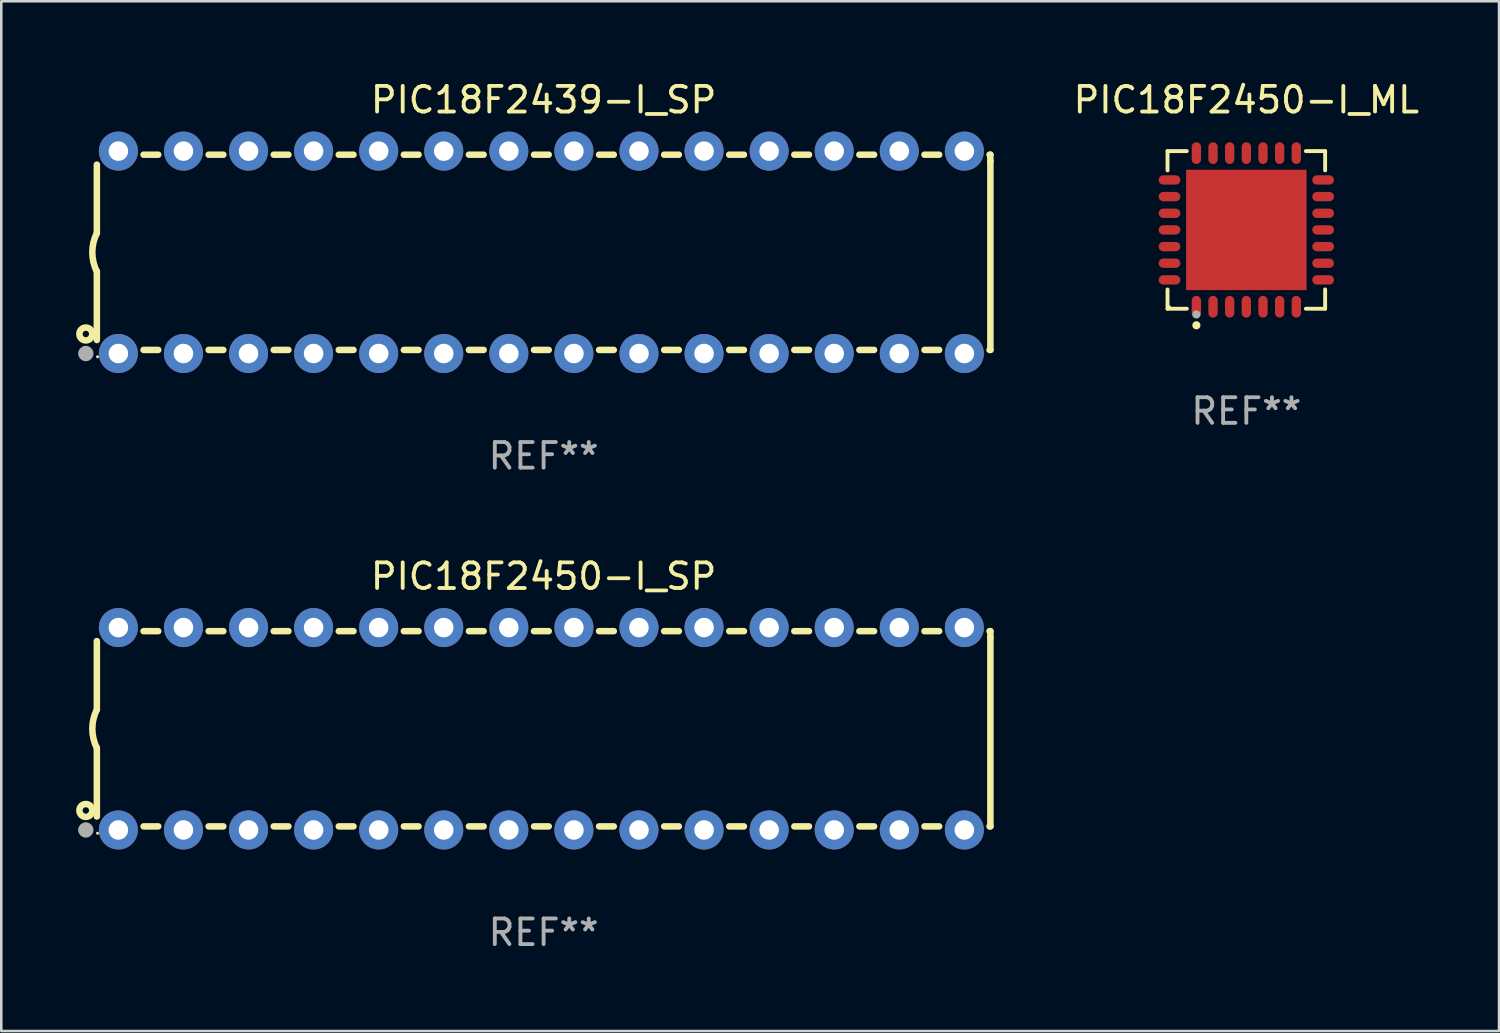
<source format=kicad_pcb>
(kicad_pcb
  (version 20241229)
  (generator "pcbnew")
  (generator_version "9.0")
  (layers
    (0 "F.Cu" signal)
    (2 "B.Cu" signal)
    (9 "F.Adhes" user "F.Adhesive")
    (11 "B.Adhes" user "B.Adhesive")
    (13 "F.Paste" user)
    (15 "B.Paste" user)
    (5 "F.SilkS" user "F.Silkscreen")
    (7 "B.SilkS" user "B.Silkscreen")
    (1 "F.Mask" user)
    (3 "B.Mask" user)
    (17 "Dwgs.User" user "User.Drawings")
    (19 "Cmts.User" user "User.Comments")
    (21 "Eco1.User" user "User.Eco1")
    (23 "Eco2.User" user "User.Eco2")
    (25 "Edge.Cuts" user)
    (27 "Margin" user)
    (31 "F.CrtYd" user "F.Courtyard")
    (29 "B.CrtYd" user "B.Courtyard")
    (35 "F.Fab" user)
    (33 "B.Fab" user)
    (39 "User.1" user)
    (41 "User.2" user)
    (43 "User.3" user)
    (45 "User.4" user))
  (footprint "PIC18F2439-I_SP"
    (layer "F.Cu")
    (at 18.168 6.798)
    (property "Reference" "PIC18F2439-I_SP" (at 0 -5.95 0) (layer "F.SilkS") (effects (font (size 1 1) (thickness 0.15))))
    (attr through_hole)
    (fp_line (start -17.438 0.75) (end -17.438 3.423) (stroke (width 0.254) (type solid)) (layer "F.SilkS"))
    (fp_line (start -17.438 -3.423) (end -17.438 -0.75) (stroke (width 0.254) (type solid)) (layer "F.SilkS"))
    (fp_line (start -15.615 3.81) (end -15.041 3.81) (stroke (width 0.254) (type solid)) (layer "F.SilkS"))
    (fp_line (start -15.041 -3.81) (end -15.614 -3.81) (stroke (width 0.254) (type solid)) (layer "F.SilkS"))
    (fp_line (start -13.075 3.81) (end -12.501 3.81) (stroke (width 0.254) (type solid)) (layer "F.SilkS"))
    (fp_line (start -12.501 -3.81) (end -13.074 -3.81) (stroke (width 0.254) (type solid)) (layer "F.SilkS"))
    (fp_line (start -10.535 3.81) (end -9.961 3.81) (stroke (width 0.254) (type solid)) (layer "F.SilkS"))
    (fp_line (start -9.961 -3.81) (end -10.534 -3.81) (stroke (width 0.254) (type solid)) (layer "F.SilkS"))
    (fp_line (start -7.995 3.81) (end -7.421 3.81) (stroke (width 0.254) (type solid)) (layer "F.SilkS"))
    (fp_line (start -7.421 -3.81) (end -7.995 -3.81) (stroke (width 0.254) (type solid)) (layer "F.SilkS"))
    (fp_line (start -5.455 3.81) (end -4.881 3.81) (stroke (width 0.254) (type solid)) (layer "F.SilkS"))
    (fp_line (start -4.881 -3.81) (end -5.455 -3.81) (stroke (width 0.254) (type solid)) (layer "F.SilkS"))
    (fp_line (start -2.915 3.81) (end -2.341 3.81) (stroke (width 0.254) (type solid)) (layer "F.SilkS"))
    (fp_line (start -2.341 -3.81) (end -2.915 -3.81) (stroke (width 0.254) (type solid)) (layer "F.SilkS"))
    (fp_line (start -0.375 3.81) (end 0.199 3.81) (stroke (width 0.254) (type solid)) (layer "F.SilkS"))
    (fp_line (start 0.199 -3.81) (end -0.375 -3.81) (stroke (width 0.254) (type solid)) (layer "F.SilkS"))
    (fp_line (start 2.165 3.81) (end 2.739 3.81) (stroke (width 0.254) (type solid)) (layer "F.SilkS"))
    (fp_line (start 2.739 -3.81) (end 2.165 -3.81) (stroke (width 0.254) (type solid)) (layer "F.SilkS"))
    (fp_line (start 4.705 3.81) (end 5.279 3.81) (stroke (width 0.254) (type solid)) (layer "F.SilkS"))
    (fp_line (start 5.279 -3.81) (end 4.705 -3.81) (stroke (width 0.254) (type solid)) (layer "F.SilkS"))
    (fp_line (start 7.245 3.81) (end 7.819 3.81) (stroke (width 0.254) (type solid)) (layer "F.SilkS"))
    (fp_line (start 7.819 -3.81) (end 7.245 -3.81) (stroke (width 0.254) (type solid)) (layer "F.SilkS"))
    (fp_line (start 9.785 3.81) (end 10.359 3.81) (stroke (width 0.254) (type solid)) (layer "F.SilkS"))
    (fp_line (start 10.359 -3.81) (end 9.785 -3.81) (stroke (width 0.254) (type solid)) (layer "F.SilkS"))
    (fp_line (start 12.325 3.81) (end 12.899 3.81) (stroke (width 0.254) (type solid)) (layer "F.SilkS"))
    (fp_line (start 12.899 -3.81) (end 12.325 -3.81) (stroke (width 0.254) (type solid)) (layer "F.SilkS"))
    (fp_line (start 14.865 3.81) (end 15.439 3.81) (stroke (width 0.254) (type solid)) (layer "F.SilkS"))
    (fp_line (start 15.439 -3.81) (end 14.865 -3.81) (stroke (width 0.254) (type solid)) (layer "F.SilkS"))
    (fp_line (start 17.405 3.81) (end 17.438 3.81) (stroke (width 0.254) (type solid)) (layer "F.SilkS"))
    (fp_line (start 17.438 -3.81) (end 17.405 -3.81) (stroke (width 0.254) (type solid)) (layer "F.SilkS"))
    (fp_line (start 17.438 -3.556) (end 17.438 -3.81) (stroke (width 0.254) (type solid)) (layer "F.SilkS"))
    (fp_line (start 17.438 3.81) (end 17.438 -3.556) (stroke (width 0.254) (type solid)) (layer "F.SilkS"))
    (fp_arc (start -17.437986 0.749657) (mid -17.614887 -0.000024) (end -17.437783 -0.749657) (stroke (width 0.254001) (type solid)) (layer "F.SilkS"))
    (fp_circle (center -17.868 3.188) (end -17.743 3.188) (stroke (width 0.254) (type solid)) (fill no) (layer "F.SilkS"))
    (fp_circle (center -17.411 4.077) (end -17.381 4.077) (stroke (width 0.06) (type solid)) (fill no) (layer "F.SilkS"))
    (fp_circle (center -17.868 3.95) (end -17.718 3.95) (stroke (width 0.3) (type solid)) (fill no) (layer "F.Fab"))
    (fp_text user "REF**" (at 0 7.95 0) (layer "F.Fab") (effects (font (size 1 1) (thickness 0.15))))
    (pad "1" thru_hole circle (at -16.598 3.95) (size 1.524 1.524) (drill 0.762) (layers "*.Cu" "*.Mask"))
    (pad "2" thru_hole circle (at -14.058 3.95) (size 1.524 1.524) (drill 0.762) (layers "*.Cu" "*.Mask"))
    (pad "3" thru_hole circle (at -11.518 3.95) (size 1.524 1.524) (drill 0.762) (layers "*.Cu" "*.Mask"))
    (pad "4" thru_hole circle (at -8.978 3.95) (size 1.524 1.524) (drill 0.762) (layers "*.Cu" "*.Mask"))
    (pad "5" thru_hole circle (at -6.438 3.95) (size 1.524 1.524) (drill 0.762) (layers "*.Cu" "*.Mask"))
    (pad "6" thru_hole circle (at -3.898 3.95) (size 1.524 1.524) (drill 0.762) (layers "*.Cu" "*.Mask"))
    (pad "7" thru_hole circle (at -1.358 3.95) (size 1.524 1.524) (drill 0.762) (layers "*.Cu" "*.Mask"))
    (pad "8" thru_hole circle (at 1.182 3.95) (size 1.524 1.524) (drill 0.762) (layers "*.Cu" "*.Mask"))
    (pad "9" thru_hole circle (at 3.722 3.95) (size 1.524 1.524) (drill 0.762) (layers "*.Cu" "*.Mask"))
    (pad "10" thru_hole circle (at 6.262 3.95) (size 1.524 1.524) (drill 0.762) (layers "*.Cu" "*.Mask"))
    (pad "11" thru_hole circle (at 8.802 3.95) (size 1.524 1.524) (drill 0.762) (layers "*.Cu" "*.Mask"))
    (pad "12" thru_hole circle (at 11.342 3.95) (size 1.524 1.524) (drill 0.762) (layers "*.Cu" "*.Mask"))
    (pad "13" thru_hole circle (at 13.882 3.95) (size 1.524 1.524) (drill 0.762) (layers "*.Cu" "*.Mask"))
    (pad "14" thru_hole circle (at 16.422 3.95) (size 1.524 1.524) (drill 0.762) (layers "*.Cu" "*.Mask"))
    (pad "15" thru_hole circle (at 16.422 -3.95) (size 1.524 1.524) (drill 0.762) (layers "*.Cu" "*.Mask"))
    (pad "16" thru_hole circle (at 13.882 -3.95) (size 1.524 1.524) (drill 0.762) (layers "*.Cu" "*.Mask"))
    (pad "17" thru_hole circle (at 11.342 -3.95) (size 1.524 1.524) (drill 0.762) (layers "*.Cu" "*.Mask"))
    (pad "18" thru_hole circle (at 8.802 -3.95) (size 1.524 1.524) (drill 0.762) (layers "*.Cu" "*.Mask"))
    (pad "19" thru_hole circle (at 6.262 -3.95) (size 1.524 1.524) (drill 0.762) (layers "*.Cu" "*.Mask"))
    (pad "20" thru_hole circle (at 3.722 -3.95) (size 1.524 1.524) (drill 0.762) (layers "*.Cu" "*.Mask"))
    (pad "21" thru_hole circle (at 1.182 -3.95) (size 1.524 1.524) (drill 0.762) (layers "*.Cu" "*.Mask"))
    (pad "22" thru_hole circle (at -1.358 -3.95) (size 1.524 1.524) (drill 0.762) (layers "*.Cu" "*.Mask"))
    (pad "23" thru_hole circle (at -3.898 -3.95) (size 1.524 1.524) (drill 0.762) (layers "*.Cu" "*.Mask"))
    (pad "24" thru_hole circle (at -6.438 -3.95) (size 1.524 1.524) (drill 0.762) (layers "*.Cu" "*.Mask"))
    (pad "25" thru_hole circle (at -8.978 -3.95) (size 1.524 1.524) (drill 0.762) (layers "*.Cu" "*.Mask"))
    (pad "26" thru_hole circle (at -11.517 -3.95) (size 1.524 1.524) (drill 0.762) (layers "*.Cu" "*.Mask"))
    (pad "27" thru_hole circle (at -14.057 -3.95) (size 1.524 1.524) (drill 0.762) (layers "*.Cu" "*.Mask"))
    (pad "28" thru_hole circle (at -16.597 -3.95) (size 1.524 1.524) (drill 0.762) (layers "*.Cu" "*.Mask")))
  (footprint "PIC18F2450-I_SP"
    (layer "F.Cu")
    (at 18.168 25.395)
    (property "Reference" "PIC18F2450-I_SP" (at 0 -5.95 0) (layer "F.SilkS") (effects (font (size 1 1) (thickness 0.15))))
    (attr through_hole)
    (fp_line (start -17.438 0.75) (end -17.438 3.423) (stroke (width 0.254) (type solid)) (layer "F.SilkS"))
    (fp_line (start -17.438 -3.423) (end -17.438 -0.75) (stroke (width 0.254) (type solid)) (layer "F.SilkS"))
    (fp_line (start -15.615 3.81) (end -15.041 3.81) (stroke (width 0.254) (type solid)) (layer "F.SilkS"))
    (fp_line (start -15.041 -3.81) (end -15.614 -3.81) (stroke (width 0.254) (type solid)) (layer "F.SilkS"))
    (fp_line (start -13.075 3.81) (end -12.501 3.81) (stroke (width 0.254) (type solid)) (layer "F.SilkS"))
    (fp_line (start -12.501 -3.81) (end -13.074 -3.81) (stroke (width 0.254) (type solid)) (layer "F.SilkS"))
    (fp_line (start -10.535 3.81) (end -9.961 3.81) (stroke (width 0.254) (type solid)) (layer "F.SilkS"))
    (fp_line (start -9.961 -3.81) (end -10.534 -3.81) (stroke (width 0.254) (type solid)) (layer "F.SilkS"))
    (fp_line (start -7.995 3.81) (end -7.421 3.81) (stroke (width 0.254) (type solid)) (layer "F.SilkS"))
    (fp_line (start -7.421 -3.81) (end -7.995 -3.81) (stroke (width 0.254) (type solid)) (layer "F.SilkS"))
    (fp_line (start -5.455 3.81) (end -4.881 3.81) (stroke (width 0.254) (type solid)) (layer "F.SilkS"))
    (fp_line (start -4.881 -3.81) (end -5.455 -3.81) (stroke (width 0.254) (type solid)) (layer "F.SilkS"))
    (fp_line (start -2.915 3.81) (end -2.341 3.81) (stroke (width 0.254) (type solid)) (layer "F.SilkS"))
    (fp_line (start -2.341 -3.81) (end -2.915 -3.81) (stroke (width 0.254) (type solid)) (layer "F.SilkS"))
    (fp_line (start -0.375 3.81) (end 0.199 3.81) (stroke (width 0.254) (type solid)) (layer "F.SilkS"))
    (fp_line (start 0.199 -3.81) (end -0.375 -3.81) (stroke (width 0.254) (type solid)) (layer "F.SilkS"))
    (fp_line (start 2.165 3.81) (end 2.739 3.81) (stroke (width 0.254) (type solid)) (layer "F.SilkS"))
    (fp_line (start 2.739 -3.81) (end 2.165 -3.81) (stroke (width 0.254) (type solid)) (layer "F.SilkS"))
    (fp_line (start 4.705 3.81) (end 5.279 3.81) (stroke (width 0.254) (type solid)) (layer "F.SilkS"))
    (fp_line (start 5.279 -3.81) (end 4.705 -3.81) (stroke (width 0.254) (type solid)) (layer "F.SilkS"))
    (fp_line (start 7.245 3.81) (end 7.819 3.81) (stroke (width 0.254) (type solid)) (layer "F.SilkS"))
    (fp_line (start 7.819 -3.81) (end 7.245 -3.81) (stroke (width 0.254) (type solid)) (layer "F.SilkS"))
    (fp_line (start 9.785 3.81) (end 10.359 3.81) (stroke (width 0.254) (type solid)) (layer "F.SilkS"))
    (fp_line (start 10.359 -3.81) (end 9.785 -3.81) (stroke (width 0.254) (type solid)) (layer "F.SilkS"))
    (fp_line (start 12.325 3.81) (end 12.899 3.81) (stroke (width 0.254) (type solid)) (layer "F.SilkS"))
    (fp_line (start 12.899 -3.81) (end 12.325 -3.81) (stroke (width 0.254) (type solid)) (layer "F.SilkS"))
    (fp_line (start 14.865 3.81) (end 15.439 3.81) (stroke (width 0.254) (type solid)) (layer "F.SilkS"))
    (fp_line (start 15.439 -3.81) (end 14.865 -3.81) (stroke (width 0.254) (type solid)) (layer "F.SilkS"))
    (fp_line (start 17.405 3.81) (end 17.438 3.81) (stroke (width 0.254) (type solid)) (layer "F.SilkS"))
    (fp_line (start 17.438 -3.81) (end 17.405 -3.81) (stroke (width 0.254) (type solid)) (layer "F.SilkS"))
    (fp_line (start 17.438 -3.556) (end 17.438 -3.81) (stroke (width 0.254) (type solid)) (layer "F.SilkS"))
    (fp_line (start 17.438 3.81) (end 17.438 -3.556) (stroke (width 0.254) (type solid)) (layer "F.SilkS"))
    (fp_arc (start -17.437986 0.749657) (mid -17.614887 -0.000024) (end -17.437783 -0.749657) (stroke (width 0.254001) (type solid)) (layer "F.SilkS"))
    (fp_circle (center -17.868 3.188) (end -17.743 3.188) (stroke (width 0.254) (type solid)) (fill no) (layer "F.SilkS"))
    (fp_circle (center -17.411 4.077) (end -17.381 4.077) (stroke (width 0.06) (type solid)) (fill no) (layer "F.SilkS"))
    (fp_circle (center -17.868 3.95) (end -17.718 3.95) (stroke (width 0.3) (type solid)) (fill no) (layer "F.Fab"))
    (fp_text user "REF**" (at 0 7.95 0) (layer "F.Fab") (effects (font (size 1 1) (thickness 0.15))))
    (pad "1" thru_hole circle (at -16.598 3.95) (size 1.524 1.524) (drill 0.762) (layers "*.Cu" "*.Mask"))
    (pad "2" thru_hole circle (at -14.058 3.95) (size 1.524 1.524) (drill 0.762) (layers "*.Cu" "*.Mask"))
    (pad "3" thru_hole circle (at -11.518 3.95) (size 1.524 1.524) (drill 0.762) (layers "*.Cu" "*.Mask"))
    (pad "4" thru_hole circle (at -8.978 3.95) (size 1.524 1.524) (drill 0.762) (layers "*.Cu" "*.Mask"))
    (pad "5" thru_hole circle (at -6.438 3.95) (size 1.524 1.524) (drill 0.762) (layers "*.Cu" "*.Mask"))
    (pad "6" thru_hole circle (at -3.898 3.95) (size 1.524 1.524) (drill 0.762) (layers "*.Cu" "*.Mask"))
    (pad "7" thru_hole circle (at -1.358 3.95) (size 1.524 1.524) (drill 0.762) (layers "*.Cu" "*.Mask"))
    (pad "8" thru_hole circle (at 1.182 3.95) (size 1.524 1.524) (drill 0.762) (layers "*.Cu" "*.Mask"))
    (pad "9" thru_hole circle (at 3.722 3.95) (size 1.524 1.524) (drill 0.762) (layers "*.Cu" "*.Mask"))
    (pad "10" thru_hole circle (at 6.262 3.95) (size 1.524 1.524) (drill 0.762) (layers "*.Cu" "*.Mask"))
    (pad "11" thru_hole circle (at 8.802 3.95) (size 1.524 1.524) (drill 0.762) (layers "*.Cu" "*.Mask"))
    (pad "12" thru_hole circle (at 11.342 3.95) (size 1.524 1.524) (drill 0.762) (layers "*.Cu" "*.Mask"))
    (pad "13" thru_hole circle (at 13.882 3.95) (size 1.524 1.524) (drill 0.762) (layers "*.Cu" "*.Mask"))
    (pad "14" thru_hole circle (at 16.422 3.95) (size 1.524 1.524) (drill 0.762) (layers "*.Cu" "*.Mask"))
    (pad "15" thru_hole circle (at 16.422 -3.95) (size 1.524 1.524) (drill 0.762) (layers "*.Cu" "*.Mask"))
    (pad "16" thru_hole circle (at 13.882 -3.95) (size 1.524 1.524) (drill 0.762) (layers "*.Cu" "*.Mask"))
    (pad "17" thru_hole circle (at 11.342 -3.95) (size 1.524 1.524) (drill 0.762) (layers "*.Cu" "*.Mask"))
    (pad "18" thru_hole circle (at 8.802 -3.95) (size 1.524 1.524) (drill 0.762) (layers "*.Cu" "*.Mask"))
    (pad "19" thru_hole circle (at 6.262 -3.95) (size 1.524 1.524) (drill 0.762) (layers "*.Cu" "*.Mask"))
    (pad "20" thru_hole circle (at 3.722 -3.95) (size 1.524 1.524) (drill 0.762) (layers "*.Cu" "*.Mask"))
    (pad "21" thru_hole circle (at 1.182 -3.95) (size 1.524 1.524) (drill 0.762) (layers "*.Cu" "*.Mask"))
    (pad "22" thru_hole circle (at -1.358 -3.95) (size 1.524 1.524) (drill 0.762) (layers "*.Cu" "*.Mask"))
    (pad "23" thru_hole circle (at -3.898 -3.95) (size 1.524 1.524) (drill 0.762) (layers "*.Cu" "*.Mask"))
    (pad "24" thru_hole circle (at -6.438 -3.95) (size 1.524 1.524) (drill 0.762) (layers "*.Cu" "*.Mask"))
    (pad "25" thru_hole circle (at -8.978 -3.95) (size 1.524 1.524) (drill 0.762) (layers "*.Cu" "*.Mask"))
    (pad "26" thru_hole circle (at -11.517 -3.95) (size 1.524 1.524) (drill 0.762) (layers "*.Cu" "*.Mask"))
    (pad "27" thru_hole circle (at -14.057 -3.95) (size 1.524 1.524) (drill 0.762) (layers "*.Cu" "*.Mask"))
    (pad "28" thru_hole circle (at -16.597 -3.95) (size 1.524 1.524) (drill 0.762) (layers "*.Cu" "*.Mask")))
  (footprint "PIC18F2450-I_ML"
    (layer "F.Cu")
    (at 45.596 5.924)
    (property "Reference" "PIC18F2450-I_ML" (at 0 -5.076 0) (layer "F.SilkS") (effects (font (size 1 1) (thickness 0.15))))
    (attr through_hole)
    (fp_line (start -3.076 -3.076) (end -2.323 -3.076) (stroke (width 0.152) (type solid)) (layer "F.SilkS"))
    (fp_line (start -3.076 -2.323) (end -3.076 -3.076) (stroke (width 0.152) (type solid)) (layer "F.SilkS"))
    (fp_line (start -3.076 2.323) (end -3.076 3.076) (stroke (width 0.152) (type solid)) (layer "F.SilkS"))
    (fp_line (start -3.076 3.076) (end -2.323 3.076) (stroke (width 0.152) (type solid)) (layer "F.SilkS"))
    (fp_line (start 3.076 -3.076) (end 2.323 -3.076) (stroke (width 0.152) (type solid)) (layer "F.SilkS"))
    (fp_line (start 3.076 -2.323) (end 3.076 -3.076) (stroke (width 0.152) (type solid)) (layer "F.SilkS"))
    (fp_line (start 3.076 2.323) (end 3.076 3.076) (stroke (width 0.152) (type solid)) (layer "F.SilkS"))
    (fp_line (start 3.076 3.076) (end 2.323 3.076) (stroke (width 0.152) (type solid)) (layer "F.SilkS"))
    (fp_circle (center -3 3) (end -2.97 3) (stroke (width 0.06) (type solid)) (fill no) (layer "F.SilkS"))
    (fp_circle (center -1.95 3.722) (end -1.87 3.722) (stroke (width 0.16) (type solid)) (fill no) (layer "F.SilkS"))
    (fp_circle (center -1.95 3.3) (end -1.87 3.3) (stroke (width 0.16) (type solid)) (fill no) (layer "F.Fab"))
    (fp_text user "REF**" (at 0 7.076 0) (layer "F.Fab") (effects (font (size 1 1) (thickness 0.15))))
    (pad "1" smd oval (at -1.95 2.998) (size 0.364 0.847) (layers "F.Cu" "F.Mask" "F.Paste"))
    (pad "2" smd oval (at -1.3 2.998) (size 0.364 0.847) (layers "F.Cu" "F.Mask" "F.Paste"))
    (pad "3" smd oval (at -0.65 2.998) (size 0.364 0.847) (layers "F.Cu" "F.Mask" "F.Paste"))
    (pad "4" smd oval (at 0 2.998) (size 0.364 0.847) (layers "F.Cu" "F.Mask" "F.Paste"))
    (pad "5" smd oval (at 0.65 2.998) (size 0.364 0.847) (layers "F.Cu" "F.Mask" "F.Paste"))
    (pad "6" smd oval (at 1.3 2.998) (size 0.364 0.847) (layers "F.Cu" "F.Mask" "F.Paste"))
    (pad "7" smd oval (at 1.95 2.998) (size 0.364 0.847) (layers "F.Cu" "F.Mask" "F.Paste"))
    (pad "8" smd oval (at 2.998 1.95) (size 0.847 0.364) (layers "F.Cu" "F.Mask" "F.Paste"))
    (pad "9" smd oval (at 2.998 1.3) (size 0.847 0.364) (layers "F.Cu" "F.Mask" "F.Paste"))
    (pad "10" smd oval (at 2.998 0.65) (size 0.847 0.364) (layers "F.Cu" "F.Mask" "F.Paste"))
    (pad "11" smd oval (at 2.998 0) (size 0.847 0.364) (layers "F.Cu" "F.Mask" "F.Paste"))
    (pad "12" smd oval (at 2.998 -0.65) (size 0.847 0.364) (layers "F.Cu" "F.Mask" "F.Paste"))
    (pad "13" smd oval (at 2.998 -1.3) (size 0.847 0.364) (layers "F.Cu" "F.Mask" "F.Paste"))
    (pad "14" smd oval (at 2.998 -1.95) (size 0.847 0.364) (layers "F.Cu" "F.Mask" "F.Paste"))
    (pad "15" smd oval (at 1.95 -2.998) (size 0.364 0.847) (layers "F.Cu" "F.Mask" "F.Paste"))
    (pad "16" smd oval (at 1.3 -2.998) (size 0.364 0.847) (layers "F.Cu" "F.Mask" "F.Paste"))
    (pad "17" smd oval (at 0.65 -2.998) (size 0.364 0.847) (layers "F.Cu" "F.Mask" "F.Paste"))
    (pad "18" smd oval (at 0 -2.998) (size 0.364 0.847) (layers "F.Cu" "F.Mask" "F.Paste"))
    (pad "19" smd oval (at -0.65 -2.998) (size 0.364 0.847) (layers "F.Cu" "F.Mask" "F.Paste"))
    (pad "20" smd oval (at -1.3 -2.998) (size 0.364 0.847) (layers "F.Cu" "F.Mask" "F.Paste"))
    (pad "21" smd oval (at -1.95 -2.998) (size 0.364 0.847) (layers "F.Cu" "F.Mask" "F.Paste"))
    (pad "22" smd oval (at -2.998 -1.95) (size 0.847 0.364) (layers "F.Cu" "F.Mask" "F.Paste"))
    (pad "23" smd oval (at -2.998 -1.3) (size 0.847 0.364) (layers "F.Cu" "F.Mask" "F.Paste"))
    (pad "24" smd oval (at -2.998 -0.65) (size 0.847 0.364) (layers "F.Cu" "F.Mask" "F.Paste"))
    (pad "25" smd oval (at -2.998 0) (size 0.847 0.364) (layers "F.Cu" "F.Mask" "F.Paste"))
    (pad "26" smd oval (at -2.998 0.65) (size 0.847 0.364) (layers "F.Cu" "F.Mask" "F.Paste"))
    (pad "27" smd oval (at -2.998 1.3) (size 0.847 0.364) (layers "F.Cu" "F.Mask" "F.Paste"))
    (pad "28" smd oval (at -2.998 1.95) (size 0.847 0.364) (layers "F.Cu" "F.Mask" "F.Paste"))
    (pad "29" smd rect (at 0 0) (size 4.7 4.7) (layers "F.Cu" "F.Mask" "F.Paste")))
  (gr_rect
    (start -3 -3)
    (end 55.459 37.193)
    (stroke (width 0.1) (type default))
    (fill no)
    (layer "Edge.Cuts")))
</source>
